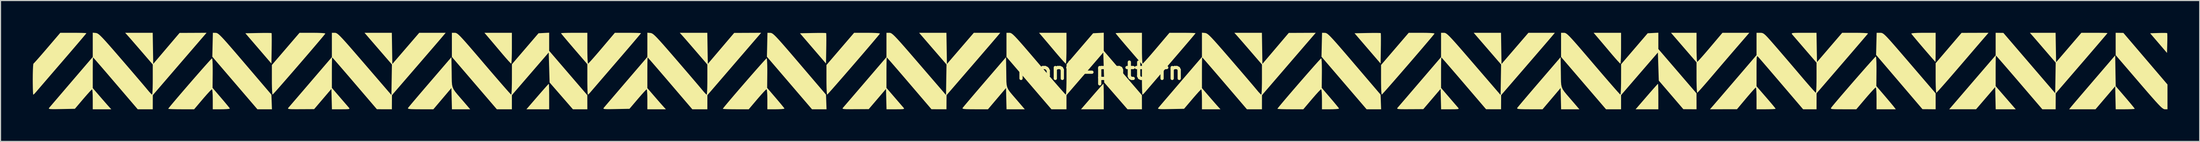
<source format=kicad_pcb>
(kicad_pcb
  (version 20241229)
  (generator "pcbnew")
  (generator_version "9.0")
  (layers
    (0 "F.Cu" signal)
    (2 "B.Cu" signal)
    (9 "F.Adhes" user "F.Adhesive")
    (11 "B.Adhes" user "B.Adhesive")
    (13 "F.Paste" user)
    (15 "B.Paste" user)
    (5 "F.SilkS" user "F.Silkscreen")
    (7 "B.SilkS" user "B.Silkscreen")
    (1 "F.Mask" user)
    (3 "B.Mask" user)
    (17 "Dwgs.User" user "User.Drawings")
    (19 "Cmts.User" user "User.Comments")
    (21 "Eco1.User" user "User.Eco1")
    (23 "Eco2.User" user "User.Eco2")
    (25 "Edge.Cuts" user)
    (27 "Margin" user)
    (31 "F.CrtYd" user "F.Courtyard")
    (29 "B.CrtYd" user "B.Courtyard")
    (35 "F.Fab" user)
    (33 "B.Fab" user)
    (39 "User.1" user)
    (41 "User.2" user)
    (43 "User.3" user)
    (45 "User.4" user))
  (footprint "front-pattern"
    (layer "F.Cu")
    (at 99.399 3.578)
    (property "Reference" "front-pattern" (at 0 0 0) (layer "F.SilkS") (effects (font (size 1.524 1.524) (thickness 0.3))))
    (attr through_hole)
    (fp_poly (pts (xy 99.177 -3.556) (xy 99.341 -3.547) (xy 99.37 -3.54) (xy 99.382 -3.446) (xy 99.388 -3.219) (xy 99.386 -2.895) (xy 99.38 -2.597) (xy 99.356 -1.688) (xy 97.782 -3.525) (xy 98.559 -3.55) (xy 98.903 -3.557)) (stroke (width 0) (type solid)) (fill yes) (layer "F.SilkS"))
    (fp_poly (pts (xy -51.329 1.269) (xy -51.319 1.489) (xy -51.312 1.817) (xy -51.308 2.224) (xy -51.308 2.379) (xy -51.308 3.568) (xy -53.426 3.568) (xy -52.4 2.379) (xy -52.074 2.003) (xy -51.788 1.676) (xy -51.558 1.419) (xy -51.403 1.249) (xy -51.341 1.189)) (stroke (width 0) (type solid)) (fill yes) (layer "F.SilkS"))
    (fp_poly (pts (xy -25.675 -3.553) (xy -25.529 -3.544) (xy -25.513 -3.54) (xy -25.504 -3.448) (xy -25.498 -3.216) (xy -25.496 -2.871) (xy -25.499 -2.443) (xy -25.504 -2.103) (xy -25.527 -0.698) (xy -27.954 -3.525) (xy -26.75 -3.549) (xy -26.317 -3.555) (xy -25.949 -3.556)) (stroke (width 0) (type solid)) (fill yes) (layer "F.SilkS"))
    (fp_poly (pts (xy 0.318 1.269) (xy 0.328 1.489) (xy 0.335 1.817) (xy 0.338 2.224) (xy 0.339 2.379) (xy 0.339 3.568) (xy -1.779 3.568) (xy -0.753 2.379) (xy -0.427 2.003) (xy -0.141 1.676) (xy 0.089 1.419) (xy 0.244 1.249) (xy 0.306 1.189)) (stroke (width 0) (type solid)) (fill yes) (layer "F.SilkS"))
    (fp_poly (pts (xy 25.971 -3.553) (xy 26.118 -3.544) (xy 26.133 -3.54) (xy 26.143 -3.448) (xy 26.149 -3.216) (xy 26.15 -2.871) (xy 26.148 -2.443) (xy 26.143 -2.103) (xy 26.12 -0.698) (xy 23.693 -3.525) (xy 24.897 -3.549) (xy 25.33 -3.555) (xy 25.698 -3.556)) (stroke (width 0) (type solid)) (fill yes) (layer "F.SilkS"))
    (fp_poly (pts (xy 51.964 1.269) (xy 51.974 1.489) (xy 51.981 1.817) (xy 51.985 2.224) (xy 51.985 2.379) (xy 51.985 3.568) (xy 49.868 3.568) (xy 50.894 2.379) (xy 51.219 2.003) (xy 51.506 1.676) (xy 51.735 1.419) (xy 51.89 1.249) (xy 51.953 1.189)) (stroke (width 0) (type solid)) (fill yes) (layer "F.SilkS"))
    (fp_poly (pts (xy -77.322 -3.553) (xy -77.176 -3.544) (xy -77.16 -3.54) (xy -77.15 -3.448) (xy -77.145 -3.216) (xy -77.143 -2.871) (xy -77.146 -2.443) (xy -77.15 -2.103) (xy -77.174 -0.698) (xy -78.387 -2.112) (xy -79.601 -3.525) (xy -78.397 -3.549) (xy -77.964 -3.555) (xy -77.595 -3.556)) (stroke (width 0) (type solid)) (fill yes) (layer "F.SilkS"))
    (fp_poly (pts (xy -54.779 -2.124) (xy -54.783 -1.65) (xy -54.793 -1.243) (xy -54.807 -0.929) (xy -54.826 -0.735) (xy -54.843 -0.685) (xy -54.916 -0.749) (xy -55.078 -0.922) (xy -55.309 -1.181) (xy -55.589 -1.505) (xy -55.795 -1.749) (xy -56.126 -2.141) (xy -56.445 -2.52) (xy -56.725 -2.851) (xy -56.938 -3.102) (xy -57.011 -3.187) (xy -57.337 -3.568) (xy -54.779 -3.568)) (stroke (width 0) (type solid)) (fill yes) (layer "F.SilkS"))
    (fp_poly (pts (xy -3.133 -2.124) (xy -3.136 -1.65) (xy -3.146 -1.243) (xy -3.161 -0.929) (xy -3.179 -0.735) (xy -3.196 -0.685) (xy -3.269 -0.749) (xy -3.431 -0.922) (xy -3.662 -1.181) (xy -3.942 -1.505) (xy -4.149 -1.749) (xy -4.479 -2.141) (xy -4.798 -2.52) (xy -5.079 -2.851) (xy -5.292 -3.102) (xy -5.364 -3.187) (xy -5.69 -3.568) (xy -3.133 -3.568)) (stroke (width 0) (type solid)) (fill yes) (layer "F.SilkS"))
    (fp_poly (pts (xy 48.514 -2.124) (xy 48.51 -1.65) (xy 48.501 -1.243) (xy 48.486 -0.929) (xy 48.467 -0.735) (xy 48.45 -0.685) (xy 48.377 -0.749) (xy 48.215 -0.922) (xy 47.984 -1.181) (xy 47.704 -1.505) (xy 47.498 -1.749) (xy 47.168 -2.141) (xy 46.848 -2.52) (xy 46.568 -2.851) (xy 46.355 -3.102) (xy 46.283 -3.187) (xy 45.956 -3.568) (xy 48.514 -3.568)) (stroke (width 0) (type solid)) (fill yes) (layer "F.SilkS"))
    (fp_poly (pts (xy 94.933 -3.563) (xy 95.292 -3.558) (xy 97.346 -1.151) (xy 99.399 1.255) (xy 99.399 3.568) (xy 99.152 3.568) (xy 99.079 3.556) (xy 98.992 3.513) (xy 98.877 3.428) (xy 98.726 3.288) (xy 98.526 3.082) (xy 98.266 2.799) (xy 97.936 2.426) (xy 97.523 1.953) (xy 97.018 1.367) (xy 96.739 1.042) (xy 94.573 -1.484) (xy 94.573 -3.568)) (stroke (width 0) (type solid)) (fill yes) (layer "F.SilkS"))
    (fp_poly (pts (xy -30.708 -3.562) (xy -30.636 -3.553) (xy -30.556 -3.519) (xy -30.455 -3.452) (xy -30.325 -3.338) (xy -30.154 -3.168) (xy -29.932 -2.93) (xy -29.648 -2.613) (xy -29.292 -2.205) (xy -28.853 -1.697) (xy -28.322 -1.076) (xy -27.982 -0.678) (xy -25.527 2.201) (xy -25.478 3.568) (xy -26.832 3.568) (xy -28.931 1.117) (xy -31.03 -1.334) (xy -31.004 -2.451) (xy -30.979 -3.568)) (stroke (width 0) (type solid)) (fill yes) (layer "F.SilkS"))
    (fp_poly (pts (xy -82.355 -3.562) (xy -82.283 -3.553) (xy -82.202 -3.519) (xy -82.102 -3.452) (xy -81.972 -3.338) (xy -81.8 -3.168) (xy -81.578 -2.93) (xy -81.294 -2.613) (xy -80.939 -2.205) (xy -80.5 -1.697) (xy -79.969 -1.076) (xy -79.629 -0.678) (xy -77.174 2.201) (xy -77.149 2.884) (xy -77.124 3.568) (xy -78.479 3.568) (xy -80.578 1.117) (xy -82.677 -1.334) (xy -82.651 -2.451) (xy -82.625 -3.568)) (stroke (width 0) (type solid)) (fill yes) (layer "F.SilkS"))
    (fp_poly (pts (xy 20.939 -3.562) (xy 21.01 -3.553) (xy 21.091 -3.519) (xy 21.191 -3.452) (xy 21.322 -3.338) (xy 21.493 -3.168) (xy 21.715 -2.93) (xy 21.999 -2.613) (xy 22.355 -2.205) (xy 22.793 -1.697) (xy 23.325 -1.076) (xy 23.664 -0.678) (xy 26.12 2.201) (xy 26.144 2.884) (xy 26.169 3.568) (xy 24.815 3.568) (xy 22.716 1.117) (xy 20.616 -1.334) (xy 20.642 -2.451) (xy 20.668 -3.568)) (stroke (width 0) (type solid)) (fill yes) (layer "F.SilkS"))
    (fp_poly (pts (xy 72.721 -3.565) (xy 72.798 -3.551) (xy 72.884 -3.512) (xy 72.988 -3.439) (xy 73.122 -3.319) (xy 73.297 -3.142) (xy 73.523 -2.897) (xy 73.812 -2.571) (xy 74.175 -2.155) (xy 74.622 -1.636) (xy 75.165 -1.004) (xy 75.388 -0.744) (xy 77.809 2.08) (xy 77.809 3.568) (xy 77.195 3.563) (xy 76.581 3.559) (xy 74.422 1.027) (xy 72.263 -1.504) (xy 72.289 -2.536) (xy 72.315 -3.568) (xy 72.641 -3.568)) (stroke (width 0) (type solid)) (fill yes) (layer "F.SilkS"))
    (fp_poly (pts (xy 77.809 -2.209) (xy 77.807 -1.75) (xy 77.804 -1.358) (xy 77.799 -1.061) (xy 77.792 -0.886) (xy 77.787 -0.853) (xy 77.728 -0.915) (xy 77.576 -1.087) (xy 77.348 -1.349) (xy 77.06 -1.682) (xy 76.729 -2.066) (xy 76.666 -2.14) (xy 76.328 -2.536) (xy 76.029 -2.89) (xy 75.787 -3.18) (xy 75.618 -3.387) (xy 75.54 -3.49) (xy 75.537 -3.496) (xy 75.606 -3.522) (xy 75.814 -3.544) (xy 76.132 -3.56) (xy 76.531 -3.567) (xy 76.659 -3.568) (xy 77.809 -3.568)) (stroke (width 0) (type solid)) (fill yes) (layer "F.SilkS"))
    (fp_poly (pts (xy 82.367 -3.143) (xy 82.227 -2.98) (xy 81.991 -2.706) (xy 81.676 -2.339) (xy 81.296 -1.897) (xy 80.868 -1.396) (xy 80.405 -0.856) (xy 79.968 -0.346) (xy 79.504 0.194) (xy 79.074 0.691) (xy 78.691 1.13) (xy 78.366 1.499) (xy 78.113 1.782) (xy 77.945 1.964) (xy 77.873 2.033) (xy 77.872 2.033) (xy 77.851 1.955) (xy 77.833 1.735) (xy 77.819 1.401) (xy 77.81 0.981) (xy 77.809 0.652) (xy 77.809 -0.735) (xy 80.222 -3.561) (xy 81.478 -3.565) (xy 82.735 -3.568)) (stroke (width 0) (type solid)) (fill yes) (layer "F.SilkS"))
    (fp_poly (pts (xy 94.553 -0.028) (xy 94.577 1.408) (xy 95.464 2.442) (xy 95.763 2.794) (xy 96.02 3.101) (xy 96.214 3.339) (xy 96.328 3.486) (xy 96.351 3.522) (xy 96.272 3.541) (xy 96.059 3.556) (xy 95.746 3.565) (xy 95.464 3.568) (xy 94.578 3.568) (xy 94.53 1.42) (xy 93.614 2.494) (xy 92.698 3.568) (xy 90.242 3.568) (xy 90.397 3.372) (xy 90.487 3.263) (xy 90.673 3.042) (xy 90.943 2.724) (xy 91.283 2.325) (xy 91.679 1.862) (xy 92.117 1.351) (xy 92.541 0.856) (xy 94.53 -1.463)) (stroke (width 0) (type solid)) (fill yes) (layer "F.SilkS"))
    (fp_poly (pts (xy -72.909 -3.563) (xy -72.551 -3.551) (xy -72.291 -3.532) (xy -72.16 -3.508) (xy -72.15 -3.497) (xy -72.213 -3.413) (xy -72.372 -3.218) (xy -72.614 -2.929) (xy -72.925 -2.561) (xy -73.292 -2.13) (xy -73.7 -1.652) (xy -74.137 -1.144) (xy -74.588 -0.62) (xy -75.039 -0.098) (xy -75.478 0.408) (xy -75.89 0.881) (xy -76.261 1.306) (xy -76.578 1.667) (xy -76.827 1.947) (xy -76.995 2.13) (xy -77.067 2.202) (xy -77.068 2.202) (xy -77.089 2.124) (xy -77.107 1.904) (xy -77.121 1.57) (xy -77.13 1.151) (xy -77.131 0.822) (xy -77.131 -0.564) (xy -74.555 -3.568) (xy -73.339 -3.568)) (stroke (width 0) (type solid)) (fill yes) (layer "F.SilkS"))
    (fp_poly (pts (xy 30.384 -3.563) (xy 30.743 -3.551) (xy 31.002 -3.532) (xy 31.133 -3.508) (xy 31.143 -3.497) (xy 31.081 -3.413) (xy 30.922 -3.218) (xy 30.68 -2.929) (xy 30.368 -2.561) (xy 30.002 -2.13) (xy 29.593 -1.652) (xy 29.157 -1.144) (xy 28.706 -0.62) (xy 28.254 -0.098) (xy 27.815 0.408) (xy 27.404 0.881) (xy 27.032 1.306) (xy 26.715 1.667) (xy 26.466 1.947) (xy 26.299 2.13) (xy 26.227 2.202) (xy 26.226 2.202) (xy 26.204 2.124) (xy 26.186 1.904) (xy 26.172 1.57) (xy 26.164 1.151) (xy 26.162 0.822) (xy 26.162 -0.564) (xy 28.738 -3.568) (xy 29.955 -3.568)) (stroke (width 0) (type solid)) (fill yes) (layer "F.SilkS"))
    (fp_poly (pts (xy -60.386 0.129) (xy -60.381 0.622) (xy -60.373 0.994) (xy -60.351 1.276) (xy -60.3 1.504) (xy -60.206 1.712) (xy -60.057 1.932) (xy -59.839 2.199) (xy -59.538 2.548) (xy -59.324 2.796) (xy -58.662 3.568) (xy -60.362 3.568) (xy -60.386 2.576) (xy -60.41 1.585) (xy -61.25 2.576) (xy -62.09 3.568) (xy -63.307 3.568) (xy -63.791 3.565) (xy -64.128 3.556) (xy -64.338 3.539) (xy -64.442 3.51) (xy -64.464 3.469) (xy -64.457 3.453) (xy -64.387 3.364) (xy -64.22 3.162) (xy -63.968 2.862) (xy -63.644 2.479) (xy -63.261 2.029) (xy -62.832 1.527) (xy -62.399 1.023) (xy -60.41 -1.293)) (stroke (width 0) (type solid)) (fill yes) (layer "F.SilkS"))
    (fp_poly (pts (xy -21.263 -3.563) (xy -20.904 -3.551) (xy -20.645 -3.532) (xy -20.513 -3.508) (xy -20.503 -3.497) (xy -20.566 -3.413) (xy -20.725 -3.218) (xy -20.967 -2.929) (xy -21.278 -2.561) (xy -21.645 -2.13) (xy -22.053 -1.652) (xy -22.49 -1.144) (xy -22.941 -0.62) (xy -23.393 -0.098) (xy -23.831 0.408) (xy -24.243 0.881) (xy -24.614 1.306) (xy -24.931 1.667) (xy -25.18 1.947) (xy -25.348 2.13) (xy -25.42 2.202) (xy -25.421 2.202) (xy -25.442 2.124) (xy -25.461 1.904) (xy -25.475 1.57) (xy -25.483 1.151) (xy -25.485 0.822) (xy -25.485 -0.564) (xy -24.197 -2.066) (xy -22.909 -3.568) (xy -21.692 -3.568)) (stroke (width 0) (type solid)) (fill yes) (layer "F.SilkS"))
    (fp_poly (pts (xy -8.74 0.129) (xy -8.734 0.622) (xy -8.727 0.994) (xy -8.704 1.276) (xy -8.653 1.504) (xy -8.56 1.712) (xy -8.411 1.932) (xy -8.192 2.199) (xy -7.891 2.548) (xy -7.677 2.796) (xy -7.015 3.568) (xy -8.715 3.568) (xy -8.739 2.576) (xy -8.763 1.585) (xy -9.603 2.576) (xy -10.443 3.568) (xy -11.66 3.568) (xy -12.145 3.565) (xy -12.481 3.556) (xy -12.691 3.539) (xy -12.796 3.51) (xy -12.817 3.469) (xy -12.81 3.453) (xy -12.741 3.364) (xy -12.574 3.162) (xy -12.321 2.862) (xy -11.997 2.479) (xy -11.614 2.029) (xy -11.185 1.527) (xy -10.753 1.023) (xy -8.763 -1.293)) (stroke (width 0) (type solid)) (fill yes) (layer "F.SilkS"))
    (fp_poly (pts (xy 42.907 0.129) (xy 42.913 0.622) (xy 42.92 0.994) (xy 42.942 1.276) (xy 42.994 1.504) (xy 43.087 1.712) (xy 43.236 1.932) (xy 43.454 2.199) (xy 43.755 2.548) (xy 43.969 2.796) (xy 44.631 3.568) (xy 42.931 3.568) (xy 42.908 2.576) (xy 42.884 1.585) (xy 42.044 2.576) (xy 41.203 3.568) (xy 39.986 3.568) (xy 39.502 3.565) (xy 39.166 3.556) (xy 38.956 3.539) (xy 38.851 3.51) (xy 38.83 3.469) (xy 38.837 3.453) (xy 38.906 3.364) (xy 39.073 3.162) (xy 39.325 2.862) (xy 39.649 2.479) (xy 40.032 2.029) (xy 40.461 1.527) (xy 40.894 1.023) (xy 42.884 -1.293)) (stroke (width 0) (type solid)) (fill yes) (layer "F.SilkS"))
    (fp_poly (pts (xy 55.541 -2.209) (xy 55.545 -1.75) (xy 55.555 -1.358) (xy 55.571 -1.062) (xy 55.591 -0.888) (xy 55.605 -0.854) (xy 55.676 -0.918) (xy 55.839 -1.092) (xy 56.077 -1.359) (xy 56.372 -1.698) (xy 56.707 -2.09) (xy 56.811 -2.213) (xy 57.954 -3.567) (xy 59.206 -3.568) (xy 60.457 -3.568) (xy 59.302 -2.23) (xy 58.866 -1.725) (xy 58.363 -1.139) (xy 57.835 -0.523) (xy 57.325 0.075) (xy 56.907 0.566) (xy 56.548 0.986) (xy 56.224 1.359) (xy 55.952 1.668) (xy 55.747 1.892) (xy 55.628 2.014) (xy 55.605 2.032) (xy 55.584 1.954) (xy 55.566 1.734) (xy 55.552 1.399) (xy 55.543 0.977) (xy 55.541 0.614) (xy 55.541 -0.811) (xy 53.163 -3.568) (xy 55.541 -3.568)) (stroke (width 0) (type solid)) (fill yes) (layer "F.SilkS"))
    (fp_poly (pts (xy -95.187 -3.565) (xy -94.823 -3.559) (xy -94.556 -3.548) (xy -94.417 -3.536) (xy -94.403 -3.53) (xy -94.457 -3.46) (xy -94.61 -3.275) (xy -94.85 -2.989) (xy -95.166 -2.617) (xy -95.546 -2.172) (xy -95.978 -1.667) (xy -96.451 -1.117) (xy -96.626 -0.914) (xy -97.121 -0.34) (xy -97.589 0.204) (xy -98.017 0.701) (xy -98.391 1.136) (xy -98.698 1.494) (xy -98.925 1.758) (xy -99.057 1.914) (xy -99.076 1.936) (xy -99.227 2.105) (xy -99.333 2.201) (xy -99.351 2.209) (xy -99.367 2.128) (xy -99.38 1.906) (xy -99.391 1.569) (xy -99.397 1.144) (xy -99.399 0.772) (xy -99.395 0.296) (xy -99.384 -0.116) (xy -99.369 -0.437) (xy -99.349 -0.638) (xy -99.331 -0.694) (xy -99.259 -0.764) (xy -99.093 -0.945) (xy -98.852 -1.217) (xy -98.551 -1.561) (xy -98.208 -1.96) (xy -98.049 -2.145) (xy -96.834 -3.568) (xy -95.619 -3.568)) (stroke (width 0) (type solid)) (fill yes) (layer "F.SilkS"))
    (fp_poly (pts (xy -51.308 -1.885) (xy -47.755 2.251) (xy -47.752 3.568) (xy -49.097 3.568) (xy -51.266 1.071) (xy -51.308 -0.329) (xy -51.35 -1.729) (xy -53.065 0.259) (xy -54.779 2.248) (xy -54.779 3.568) (xy -56.182 3.568) (xy -60.367 -1.316) (xy -60.367 -3.568) (xy -60.092 -3.568) (xy -60.021 -3.561) (xy -59.943 -3.533) (xy -59.847 -3.473) (xy -59.724 -3.369) (xy -59.562 -3.211) (xy -59.352 -2.987) (xy -59.082 -2.686) (xy -58.743 -2.298) (xy -58.323 -1.81) (xy -57.811 -1.213) (xy -57.362 -0.685) (xy -56.852 -0.088) (xy -56.375 0.467) (xy -55.942 0.968) (xy -55.566 1.402) (xy -55.256 1.755) (xy -55.025 2.014) (xy -54.883 2.166) (xy -54.843 2.203) (xy -54.822 2.125) (xy -54.803 1.904) (xy -54.789 1.569) (xy -54.78 1.147) (xy -54.777 0.786) (xy -54.775 -0.637) (xy -53.537 -2.081) (xy -52.3 -3.525) (xy -51.804 -3.551) (xy -51.308 -3.576)) (stroke (width 0) (type solid)) (fill yes) (layer "F.SilkS"))
    (fp_poly (pts (xy 0.339 -1.885) (xy 3.892 2.251) (xy 3.895 3.568) (xy 2.55 3.568) (xy 1.465 2.319) (xy 0.381 1.071) (xy 0.296 -1.729) (xy -1.418 0.259) (xy -3.133 2.248) (xy -3.133 3.568) (xy -4.535 3.568) (xy -6.628 1.126) (xy -8.721 -1.316) (xy -8.721 -3.568) (xy -8.445 -3.568) (xy -8.374 -3.561) (xy -8.296 -3.533) (xy -8.2 -3.473) (xy -8.077 -3.369) (xy -7.916 -3.211) (xy -7.705 -2.987) (xy -7.436 -2.686) (xy -7.096 -2.298) (xy -6.676 -1.81) (xy -6.165 -1.213) (xy -5.715 -0.685) (xy -5.205 -0.088) (xy -4.728 0.467) (xy -4.296 0.968) (xy -3.919 1.402) (xy -3.609 1.755) (xy -3.378 2.014) (xy -3.237 2.166) (xy -3.196 2.203) (xy -3.175 2.125) (xy -3.157 1.904) (xy -3.142 1.569) (xy -3.133 1.147) (xy -3.13 0.786) (xy -3.128 -0.637) (xy -1.891 -2.081) (xy -0.653 -3.525) (xy -0.157 -3.551) (xy 0.339 -3.576)) (stroke (width 0) (type solid)) (fill yes) (layer "F.SilkS"))
    (fp_poly (pts (xy 51.985 -2.055) (xy 53.762 0.013) (xy 55.538 2.081) (xy 55.54 2.825) (xy 55.541 3.568) (xy 54.928 3.564) (xy 54.314 3.561) (xy 52.028 0.895) (xy 51.985 -0.417) (xy 51.943 -1.729) (xy 50.228 0.259) (xy 48.514 2.248) (xy 48.514 3.568) (xy 47.111 3.568) (xy 42.926 -1.316) (xy 42.926 -3.568) (xy 43.201 -3.568) (xy 43.273 -3.561) (xy 43.351 -3.533) (xy 43.446 -3.473) (xy 43.569 -3.369) (xy 43.731 -3.211) (xy 43.941 -2.987) (xy 44.211 -2.686) (xy 44.551 -2.298) (xy 44.971 -1.81) (xy 45.482 -1.213) (xy 45.932 -0.685) (xy 46.442 -0.088) (xy 46.918 0.467) (xy 47.351 0.968) (xy 47.728 1.402) (xy 48.037 1.755) (xy 48.269 2.014) (xy 48.41 2.166) (xy 48.45 2.203) (xy 48.472 2.125) (xy 48.49 1.904) (xy 48.504 1.569) (xy 48.514 1.147) (xy 48.516 0.786) (xy 48.519 -0.637) (xy 49.756 -2.081) (xy 50.993 -3.525) (xy 51.489 -3.551) (xy 51.985 -3.576)) (stroke (width 0) (type solid)) (fill yes) (layer "F.SilkS"))
    (fp_poly (pts (xy -82.677 -1.109) (xy -82.658 -0.887) (xy -82.645 -0.552) (xy -82.64 -0.131) (xy -82.641 0.191) (xy -82.655 1.572) (xy -81.862 2.5) (xy -81.577 2.836) (xy -81.333 3.128) (xy -81.151 3.351) (xy -81.052 3.479) (xy -81.04 3.498) (xy -81.106 3.528) (xy -81.306 3.551) (xy -81.606 3.565) (xy -81.823 3.568) (xy -82.635 3.568) (xy -82.635 2.633) (xy -82.641 2.258) (xy -82.659 1.955) (xy -82.684 1.757) (xy -82.71 1.699) (xy -82.789 1.76) (xy -82.955 1.929) (xy -83.186 2.183) (xy -83.462 2.498) (xy -83.577 2.633) (xy -84.369 3.568) (xy -85.576 3.568) (xy -86.006 3.565) (xy -86.369 3.557) (xy -86.634 3.545) (xy -86.771 3.53) (xy -86.783 3.524) (xy -86.73 3.446) (xy -86.58 3.259) (xy -86.348 2.98) (xy -86.049 2.626) (xy -85.699 2.215) (xy -85.313 1.765) (xy -84.906 1.293) (xy -84.493 0.816) (xy -84.088 0.352) (xy -83.709 -0.081) (xy -83.368 -0.467) (xy -83.082 -0.787) (xy -82.866 -1.025) (xy -82.734 -1.162) (xy -82.701 -1.189)) (stroke (width 0) (type solid)) (fill yes) (layer "F.SilkS"))
    (fp_poly (pts (xy -31.031 -1.109) (xy -31.012 -0.887) (xy -30.999 -0.552) (xy -30.993 -0.131) (xy -30.994 0.191) (xy -31.008 1.572) (xy -30.215 2.5) (xy -29.93 2.836) (xy -29.686 3.128) (xy -29.505 3.351) (xy -29.405 3.479) (xy -29.393 3.498) (xy -29.459 3.528) (xy -29.66 3.551) (xy -29.959 3.565) (xy -30.177 3.568) (xy -30.988 3.568) (xy -30.988 2.633) (xy -30.994 2.258) (xy -31.012 1.955) (xy -31.038 1.757) (xy -31.064 1.699) (xy -31.143 1.76) (xy -31.309 1.929) (xy -31.54 2.183) (xy -31.815 2.498) (xy -31.931 2.633) (xy -32.722 3.568) (xy -33.929 3.568) (xy -34.36 3.565) (xy -34.722 3.557) (xy -34.987 3.545) (xy -35.124 3.53) (xy -35.137 3.524) (xy -35.083 3.446) (xy -34.933 3.259) (xy -34.701 2.98) (xy -34.403 2.626) (xy -34.053 2.215) (xy -33.667 1.765) (xy -33.259 1.293) (xy -32.846 0.816) (xy -32.442 0.352) (xy -32.062 -0.081) (xy -31.721 -0.467) (xy -31.436 -0.787) (xy -31.219 -1.025) (xy -31.088 -1.162) (xy -31.055 -1.189)) (stroke (width 0) (type solid)) (fill yes) (layer "F.SilkS"))
    (fp_poly (pts (xy 20.616 -1.109) (xy 20.635 -0.887) (xy 20.648 -0.552) (xy 20.653 -0.131) (xy 20.652 0.191) (xy 20.638 1.572) (xy 21.432 2.5) (xy 21.717 2.836) (xy 21.96 3.128) (xy 22.142 3.351) (xy 22.241 3.479) (xy 22.253 3.498) (xy 22.187 3.528) (xy 21.987 3.551) (xy 21.687 3.565) (xy 21.47 3.568) (xy 20.659 3.568) (xy 20.659 2.633) (xy 20.652 2.258) (xy 20.635 1.955) (xy 20.609 1.757) (xy 20.583 1.699) (xy 20.504 1.76) (xy 20.338 1.929) (xy 20.107 2.183) (xy 19.832 2.498) (xy 19.716 2.633) (xy 18.925 3.568) (xy 17.717 3.568) (xy 17.287 3.565) (xy 16.925 3.557) (xy 16.66 3.545) (xy 16.522 3.53) (xy 16.51 3.524) (xy 16.563 3.446) (xy 16.714 3.259) (xy 16.946 2.98) (xy 17.244 2.626) (xy 17.594 2.215) (xy 17.98 1.765) (xy 18.387 1.293) (xy 18.801 0.816) (xy 19.205 0.352) (xy 19.585 -0.081) (xy 19.925 -0.467) (xy 20.211 -0.787) (xy 20.427 -1.025) (xy 20.559 -1.162) (xy 20.592 -1.189)) (stroke (width 0) (type solid)) (fill yes) (layer "F.SilkS"))
    (fp_poly (pts (xy 72.262 -1.279) (xy 72.281 -1.057) (xy 72.295 -0.722) (xy 72.3 -0.301) (xy 72.299 0.021) (xy 72.286 1.402) (xy 73.037 2.28) (xy 73.327 2.622) (xy 73.591 2.935) (xy 73.8 3.187) (xy 73.929 3.346) (xy 73.942 3.363) (xy 74.097 3.568) (xy 72.305 3.568) (xy 72.305 2.548) (xy 72.3 2.155) (xy 72.284 1.832) (xy 72.26 1.612) (xy 72.231 1.529) (xy 72.231 1.529) (xy 72.153 1.591) (xy 71.987 1.76) (xy 71.753 2.016) (xy 71.471 2.336) (xy 71.289 2.548) (xy 70.423 3.568) (xy 69.2 3.568) (xy 68.725 3.567) (xy 68.395 3.561) (xy 68.188 3.549) (xy 68.081 3.525) (xy 68.051 3.487) (xy 68.075 3.433) (xy 68.088 3.413) (xy 68.201 3.269) (xy 68.401 3.026) (xy 68.675 2.701) (xy 69.007 2.311) (xy 69.383 1.874) (xy 69.786 1.406) (xy 70.203 0.925) (xy 70.618 0.449) (xy 71.016 -0.006) (xy 71.383 -0.423) (xy 71.703 -0.783) (xy 71.961 -1.07) (xy 72.142 -1.267) (xy 72.232 -1.356) (xy 72.238 -1.359)) (stroke (width 0) (type solid)) (fill yes) (layer "F.SilkS"))
    (fp_poly (pts (xy -47.752 -2.124) (xy -47.748 -1.65) (xy -47.739 -1.243) (xy -47.724 -0.928) (xy -47.705 -0.734) (xy -47.688 -0.685) (xy -47.618 -0.748) (xy -47.454 -0.923) (xy -47.215 -1.191) (xy -46.917 -1.533) (xy -46.575 -1.931) (xy -46.407 -2.129) (xy -45.19 -3.568) (xy -43.973 -3.568) (xy -43.541 -3.565) (xy -43.177 -3.559) (xy -42.91 -3.548) (xy -42.77 -3.536) (xy -42.757 -3.53) (xy -42.81 -3.46) (xy -42.963 -3.275) (xy -43.203 -2.989) (xy -43.519 -2.617) (xy -43.899 -2.172) (xy -44.332 -1.667) (xy -44.805 -1.117) (xy -44.979 -0.914) (xy -45.474 -0.34) (xy -45.942 0.204) (xy -46.37 0.701) (xy -46.744 1.136) (xy -47.051 1.494) (xy -47.278 1.758) (xy -47.411 1.914) (xy -47.429 1.936) (xy -47.58 2.105) (xy -47.686 2.201) (xy -47.704 2.209) (xy -47.72 2.128) (xy -47.734 1.906) (xy -47.744 1.569) (xy -47.75 1.146) (xy -47.752 0.785) (xy -47.752 -0.638) (xy -48.98 -2.065) (xy -49.335 -2.48) (xy -49.651 -2.851) (xy -49.91 -3.159) (xy -50.097 -3.386) (xy -50.196 -3.511) (xy -50.207 -3.53) (xy -50.128 -3.543) (xy -49.908 -3.555) (xy -49.579 -3.563) (xy -49.17 -3.567) (xy -48.98 -3.568) (xy -47.752 -3.568)) (stroke (width 0) (type solid)) (fill yes) (layer "F.SilkS"))
    (fp_poly (pts (xy 3.895 -2.124) (xy 3.898 -1.65) (xy 3.908 -1.243) (xy 3.923 -0.928) (xy 3.941 -0.734) (xy 3.958 -0.685) (xy 4.029 -0.748) (xy 4.192 -0.923) (xy 4.431 -1.191) (xy 4.73 -1.533) (xy 5.071 -1.931) (xy 5.239 -2.129) (xy 6.457 -3.568) (xy 7.673 -3.568) (xy 8.105 -3.565) (xy 8.47 -3.559) (xy 8.737 -3.548) (xy 8.876 -3.536) (xy 8.89 -3.53) (xy 8.836 -3.46) (xy 8.684 -3.275) (xy 8.443 -2.989) (xy 8.127 -2.617) (xy 7.747 -2.172) (xy 7.315 -1.667) (xy 6.842 -1.117) (xy 6.668 -0.914) (xy 6.172 -0.34) (xy 5.704 0.204) (xy 5.276 0.701) (xy 4.902 1.136) (xy 4.595 1.494) (xy 4.369 1.758) (xy 4.236 1.914) (xy 4.218 1.936) (xy 4.066 2.105) (xy 3.961 2.201) (xy 3.942 2.209) (xy 3.927 2.128) (xy 3.913 1.906) (xy 3.903 1.569) (xy 3.896 1.146) (xy 3.895 0.785) (xy 3.895 -0.638) (xy 2.667 -2.065) (xy 2.311 -2.48) (xy 1.996 -2.851) (xy 1.737 -3.159) (xy 1.55 -3.386) (xy 1.451 -3.511) (xy 1.439 -3.53) (xy 1.519 -3.543) (xy 1.738 -3.555) (xy 2.067 -3.563) (xy 2.476 -3.567) (xy 2.667 -3.568) (xy 3.895 -3.568)) (stroke (width 0) (type solid)) (fill yes) (layer "F.SilkS"))
    (fp_poly (pts (xy 89.027 -0.823) (xy 91.38 -3.568) (xy 92.595 -3.568) (xy 93.027 -3.566) (xy 93.391 -3.561) (xy 93.658 -3.553) (xy 93.797 -3.544) (xy 93.811 -3.539) (xy 93.757 -3.471) (xy 93.604 -3.288) (xy 93.362 -3.003) (xy 93.044 -2.629) (xy 92.659 -2.179) (xy 92.22 -1.667) (xy 91.738 -1.105) (xy 91.401 -0.715) (xy 88.992 2.081) (xy 88.985 3.568) (xy 87.744 3.568) (xy 85.598 1.062) (xy 85.123 0.508) (xy 84.682 -0.004) (xy 84.289 -0.46) (xy 83.955 -0.845) (xy 83.693 -1.146) (xy 83.513 -1.349) (xy 83.429 -1.44) (xy 83.424 -1.444) (xy 83.415 -1.364) (xy 83.407 -1.141) (xy 83.401 -0.805) (xy 83.398 -0.381) (xy 83.397 -0.018) (xy 83.397 1.408) (xy 84.332 2.488) (xy 85.267 3.568) (xy 83.402 3.568) (xy 83.378 2.531) (xy 83.354 1.494) (xy 81.576 3.566) (xy 80.325 3.567) (xy 79.074 3.568) (xy 81.235 1.05) (xy 83.397 -1.467) (xy 83.397 -3.568) (xy 83.757 -3.563) (xy 84.116 -3.559) (xy 86.529 -0.746) (xy 88.942 2.066) (xy 88.966 0.642) (xy 88.989 -0.783) (xy 87.957 -1.984) (xy 87.618 -2.378) (xy 87.307 -2.739) (xy 87.045 -3.043) (xy 86.852 -3.265) (xy 86.754 -3.377) (xy 86.584 -3.568) (xy 88.98 -3.568)) (stroke (width 0) (type solid)) (fill yes) (layer "F.SilkS"))
    (fp_poly (pts (xy -65.913 -0.656) (xy -63.407 -3.568) (xy -60.944 -3.568) (xy -61.284 -3.164) (xy -61.415 -3.01) (xy -61.643 -2.743) (xy -61.953 -2.382) (xy -62.33 -1.944) (xy -62.761 -1.444) (xy -63.229 -0.9) (xy -63.721 -0.329) (xy -63.786 -0.255) (xy -65.948 2.251) (xy -65.952 2.91) (xy -65.955 3.568) (xy -66.654 3.566) (xy -67.352 3.564) (xy -69.42 1.145) (xy -69.886 0.6) (xy -70.317 0.099) (xy -70.701 -0.346) (xy -71.024 -0.72) (xy -71.276 -1.008) (xy -71.443 -1.198) (xy -71.514 -1.273) (xy -71.516 -1.274) (xy -71.525 -1.194) (xy -71.533 -0.971) (xy -71.539 -0.635) (xy -71.542 -0.211) (xy -71.543 0.15) (xy -71.543 1.574) (xy -70.815 2.422) (xy -70.531 2.753) (xy -70.277 3.047) (xy -70.079 3.276) (xy -69.963 3.41) (xy -69.955 3.419) (xy -69.906 3.486) (xy -69.919 3.529) (xy -70.018 3.554) (xy -70.231 3.565) (xy -70.581 3.568) (xy -70.681 3.568) (xy -71.538 3.568) (xy -71.562 2.618) (xy -71.586 1.668) (xy -72.39 2.612) (xy -73.194 3.555) (xy -74.456 3.562) (xy -74.941 3.563) (xy -75.278 3.56) (xy -75.491 3.548) (xy -75.602 3.527) (xy -75.632 3.492) (xy -75.606 3.441) (xy -75.588 3.419) (xy -75.503 3.322) (xy -75.322 3.111) (xy -75.058 2.803) (xy -74.724 2.414) (xy -74.333 1.958) (xy -73.9 1.453) (xy -73.5 0.986) (xy -71.543 -1.298) (xy -71.543 -3.568) (xy -71.268 -3.568) (xy -71.197 -3.561) (xy -71.118 -3.533) (xy -71.022 -3.472) (xy -70.898 -3.368) (xy -70.735 -3.21) (xy -70.523 -2.987) (xy -70.251 -2.687) (xy -69.909 -2.3) (xy -69.487 -1.814) (xy -68.973 -1.219) (xy -68.495 -0.665) (xy -65.998 2.237) (xy -65.951 -0.611) (xy -67.228 -2.089) (xy -68.504 -3.568) (xy -65.959 -3.568)) (stroke (width 0) (type solid)) (fill yes) (layer "F.SilkS"))
    (fp_poly (pts (xy 37.38 -0.656) (xy 39.886 -3.568) (xy 42.349 -3.568) (xy 42.01 -3.164) (xy 41.878 -3.01) (xy 41.65 -2.743) (xy 41.34 -2.382) (xy 40.963 -1.944) (xy 40.533 -1.444) (xy 40.064 -0.9) (xy 39.572 -0.329) (xy 39.508 -0.255) (xy 37.345 2.251) (xy 37.342 2.91) (xy 37.338 3.568) (xy 36.639 3.566) (xy 35.941 3.564) (xy 33.873 1.145) (xy 33.407 0.6) (xy 32.976 0.099) (xy 32.593 -0.346) (xy 32.269 -0.72) (xy 32.017 -1.008) (xy 31.85 -1.198) (xy 31.779 -1.273) (xy 31.778 -1.274) (xy 31.769 -1.194) (xy 31.761 -0.971) (xy 31.755 -0.635) (xy 31.751 -0.211) (xy 31.75 0.15) (xy 31.75 1.574) (xy 32.479 2.422) (xy 32.763 2.753) (xy 33.016 3.047) (xy 33.214 3.276) (xy 33.33 3.41) (xy 33.338 3.419) (xy 33.387 3.486) (xy 33.375 3.529) (xy 33.275 3.554) (xy 33.062 3.565) (xy 32.712 3.568) (xy 32.613 3.568) (xy 31.756 3.568) (xy 31.732 2.618) (xy 31.708 1.668) (xy 30.903 2.612) (xy 30.099 3.555) (xy 28.837 3.562) (xy 28.353 3.563) (xy 28.015 3.56) (xy 27.802 3.548) (xy 27.692 3.527) (xy 27.661 3.492) (xy 27.687 3.441) (xy 27.706 3.419) (xy 27.79 3.322) (xy 27.971 3.111) (xy 28.236 2.803) (xy 28.57 2.414) (xy 28.96 1.958) (xy 29.393 1.453) (xy 29.793 0.986) (xy 31.75 -1.298) (xy 31.75 -3.568) (xy 32.025 -3.568) (xy 32.096 -3.561) (xy 32.175 -3.533) (xy 32.271 -3.472) (xy 32.395 -3.368) (xy 32.558 -3.21) (xy 32.77 -2.987) (xy 33.042 -2.687) (xy 33.384 -2.3) (xy 33.807 -1.814) (xy 34.321 -1.219) (xy 34.798 -0.665) (xy 37.296 2.237) (xy 37.319 0.813) (xy 37.342 -0.611) (xy 34.789 -3.568) (xy 37.334 -3.568)) (stroke (width 0) (type solid)) (fill yes) (layer "F.SilkS"))
    (fp_poly (pts (xy -14.266 -0.656) (xy -11.761 -3.568) (xy -9.298 -3.568) (xy -9.637 -3.164) (xy -9.769 -3.01) (xy -9.997 -2.743) (xy -10.306 -2.382) (xy -10.684 -1.944) (xy -11.114 -1.444) (xy -11.582 -0.9) (xy -12.075 -0.329) (xy -12.139 -0.255) (xy -14.301 2.251) (xy -14.305 2.91) (xy -14.309 3.568) (xy -15.007 3.566) (xy -15.706 3.564) (xy -17.774 1.145) (xy -18.24 0.6) (xy -18.671 0.099) (xy -19.054 -0.346) (xy -19.378 -0.72) (xy -19.629 -1.008) (xy -19.797 -1.198) (xy -19.868 -1.273) (xy -19.869 -1.274) (xy -19.878 -1.194) (xy -19.886 -0.971) (xy -19.892 -0.635) (xy -19.896 -0.211) (xy -19.897 0.15) (xy -19.897 1.574) (xy -19.168 2.422) (xy -18.884 2.753) (xy -18.63 3.047) (xy -18.433 3.276) (xy -18.316 3.41) (xy -18.308 3.419) (xy -18.259 3.486) (xy -18.272 3.529) (xy -18.372 3.554) (xy -18.584 3.565) (xy -18.935 3.568) (xy -19.034 3.568) (xy -19.891 3.568) (xy -19.915 2.618) (xy -19.939 1.668) (xy -20.743 2.612) (xy -21.548 3.555) (xy -22.81 3.562) (xy -23.294 3.563) (xy -23.631 3.56) (xy -23.844 3.548) (xy -23.955 3.527) (xy -23.986 3.492) (xy -23.959 3.441) (xy -23.941 3.419) (xy -23.857 3.322) (xy -23.675 3.111) (xy -23.411 2.803) (xy -23.077 2.414) (xy -22.686 1.958) (xy -22.253 1.453) (xy -21.853 0.986) (xy -19.897 -1.298) (xy -19.897 -3.568) (xy -19.622 -3.568) (xy -19.55 -3.561) (xy -19.472 -3.533) (xy -19.376 -3.472) (xy -19.252 -3.368) (xy -19.089 -3.21) (xy -18.877 -2.987) (xy -18.605 -2.687) (xy -18.263 -2.3) (xy -17.84 -1.814) (xy -17.326 -1.219) (xy -16.849 -0.665) (xy -14.351 2.237) (xy -14.328 0.813) (xy -14.304 -0.611) (xy -15.581 -2.089) (xy -16.857 -3.568) (xy -14.313 -3.568)) (stroke (width 0) (type solid)) (fill yes) (layer "F.SilkS"))
    (fp_poly (pts (xy -41.878 -3.552) (xy -41.795 -3.535) (xy -41.702 -3.493) (xy -41.589 -3.413) (xy -41.442 -3.282) (xy -41.251 -3.089) (xy -41.003 -2.821) (xy -40.685 -2.466) (xy -40.288 -2.012) (xy -39.797 -1.446) (xy -39.539 -1.147) (xy -39.054 -0.583) (xy -38.588 -0.041) (xy -38.156 0.463) (xy -37.775 0.91) (xy -37.459 1.281) (xy -37.225 1.559) (xy -37.095 1.715) (xy -36.896 1.951) (xy -36.736 2.125) (xy -36.644 2.203) (xy -36.639 2.204) (xy -36.618 2.125) (xy -36.6 1.905) (xy -36.586 1.569) (xy -36.578 1.148) (xy -36.576 0.8) (xy -36.576 -0.609) (xy -37.649 -1.855) (xy -37.997 -2.259) (xy -38.322 -2.634) (xy -38.6 -2.955) (xy -38.812 -3.196) (xy -38.934 -3.334) (xy -38.934 -3.334) (xy -39.148 -3.568) (xy -36.58 -3.568) (xy -36.534 -0.665) (xy -35.306 -2.111) (xy -34.078 -3.557) (xy -32.821 -3.562) (xy -31.564 -3.568) (xy -31.985 -3.079) (xy -32.138 -2.902) (xy -32.386 -2.615) (xy -32.713 -2.235) (xy -33.104 -1.78) (xy -33.544 -1.27) (xy -34.016 -0.721) (xy -34.49 -0.17) (xy -36.573 2.251) (xy -36.576 3.568) (xy -37.977 3.568) (xy -40.046 1.147) (xy -40.512 0.602) (xy -40.943 0.1) (xy -41.326 -0.345) (xy -41.649 -0.719) (xy -41.9 -1.008) (xy -42.067 -1.197) (xy -42.138 -1.273) (xy -42.139 -1.274) (xy -42.147 -1.194) (xy -42.154 -0.971) (xy -42.16 -0.634) (xy -42.163 -0.21) (xy -42.164 0.16) (xy -42.164 1.594) (xy -41.516 2.347) (xy -41.236 2.671) (xy -40.975 2.971) (xy -40.765 3.209) (xy -40.653 3.334) (xy -40.439 3.568) (xy -42.164 3.568) (xy -42.164 2.633) (xy -42.169 2.259) (xy -42.184 1.957) (xy -42.205 1.763) (xy -42.227 1.707) (xy -42.302 1.771) (xy -42.465 1.941) (xy -42.693 2.195) (xy -42.964 2.508) (xy -43.06 2.62) (xy -43.829 3.525) (xy -45.083 3.549) (xy -45.566 3.557) (xy -45.902 3.558) (xy -46.114 3.549) (xy -46.224 3.529) (xy -46.256 3.494) (xy -46.231 3.443) (xy -46.219 3.428) (xy -46.138 3.332) (xy -45.96 3.122) (xy -45.698 2.815) (xy -45.366 2.427) (xy -44.977 1.972) (xy -44.544 1.466) (xy -44.133 0.985) (xy -42.164 -1.313) (xy -42.164 -3.578)) (stroke (width 0) (type solid)) (fill yes) (layer "F.SilkS"))
    (fp_poly (pts (xy -93.524 -3.552) (xy -93.441 -3.535) (xy -93.349 -3.493) (xy -93.236 -3.413) (xy -93.089 -3.282) (xy -92.898 -3.089) (xy -92.649 -2.821) (xy -92.332 -2.466) (xy -91.934 -2.012) (xy -91.444 -1.446) (xy -91.186 -1.147) (xy -90.7 -0.583) (xy -90.234 -0.041) (xy -89.803 0.463) (xy -89.421 0.91) (xy -89.106 1.281) (xy -88.871 1.559) (xy -88.742 1.715) (xy -88.543 1.951) (xy -88.382 2.125) (xy -88.291 2.203) (xy -88.286 2.204) (xy -88.265 2.125) (xy -88.247 1.905) (xy -88.233 1.569) (xy -88.225 1.148) (xy -88.223 0.8) (xy -88.223 -0.609) (xy -89.295 -1.855) (xy -89.644 -2.259) (xy -89.969 -2.634) (xy -90.247 -2.955) (xy -90.458 -3.196) (xy -90.581 -3.334) (xy -90.581 -3.334) (xy -90.794 -3.568) (xy -88.227 -3.568) (xy -88.18 -0.665) (xy -86.953 -2.111) (xy -85.725 -3.557) (xy -84.468 -3.562) (xy -83.211 -3.568) (xy -83.632 -3.079) (xy -83.785 -2.902) (xy -84.032 -2.615) (xy -84.359 -2.235) (xy -84.751 -1.78) (xy -85.19 -1.27) (xy -85.663 -0.721) (xy -86.137 -0.17) (xy -88.219 2.251) (xy -88.221 2.91) (xy -88.223 3.568) (xy -89.624 3.568) (xy -91.693 1.147) (xy -92.159 0.602) (xy -92.589 0.1) (xy -92.972 -0.345) (xy -93.296 -0.719) (xy -93.547 -1.008) (xy -93.714 -1.197) (xy -93.785 -1.273) (xy -93.786 -1.274) (xy -93.794 -1.194) (xy -93.801 -0.971) (xy -93.807 -0.634) (xy -93.81 -0.21) (xy -93.811 0.16) (xy -93.811 1.594) (xy -93.162 2.347) (xy -92.882 2.671) (xy -92.621 2.971) (xy -92.412 3.209) (xy -92.3 3.334) (xy -92.086 3.568) (xy -93.811 3.568) (xy -93.811 2.633) (xy -93.816 2.259) (xy -93.831 1.957) (xy -93.852 1.763) (xy -93.874 1.707) (xy -93.949 1.771) (xy -94.111 1.941) (xy -94.339 2.195) (xy -94.611 2.508) (xy -94.707 2.62) (xy -95.476 3.525) (xy -96.73 3.549) (xy -97.213 3.557) (xy -97.549 3.558) (xy -97.761 3.549) (xy -97.871 3.529) (xy -97.903 3.494) (xy -97.877 3.443) (xy -97.866 3.428) (xy -97.785 3.332) (xy -97.606 3.122) (xy -97.344 2.815) (xy -97.012 2.427) (xy -96.623 1.972) (xy -96.191 1.466) (xy -95.779 0.985) (xy -93.811 -1.313) (xy -93.811 -3.578)) (stroke (width 0) (type solid)) (fill yes) (layer "F.SilkS"))
    (fp_poly (pts (xy 9.769 -3.552) (xy 9.852 -3.535) (xy 9.944 -3.493) (xy 10.058 -3.413) (xy 10.204 -3.282) (xy 10.396 -3.089) (xy 10.644 -2.821) (xy 10.961 -2.466) (xy 11.359 -2.012) (xy 11.849 -1.446) (xy 12.108 -1.147) (xy 12.593 -0.583) (xy 13.059 -0.041) (xy 13.491 0.463) (xy 13.872 0.91) (xy 14.188 1.281) (xy 14.422 1.559) (xy 14.552 1.715) (xy 14.75 1.951) (xy 14.911 2.125) (xy 15.002 2.203) (xy 15.007 2.204) (xy 15.028 2.125) (xy 15.046 1.905) (xy 15.06 1.569) (xy 15.069 1.148) (xy 15.071 0.8) (xy 15.071 -0.609) (xy 13.998 -1.855) (xy 13.649 -2.259) (xy 13.325 -2.634) (xy 13.046 -2.955) (xy 12.835 -3.196) (xy 12.712 -3.334) (xy 12.712 -3.334) (xy 12.499 -3.568) (xy 15.067 -3.568) (xy 15.113 -0.665) (xy 16.341 -2.111) (xy 17.568 -3.557) (xy 18.826 -3.562) (xy 20.083 -3.568) (xy 19.661 -3.079) (xy 19.509 -2.902) (xy 19.261 -2.615) (xy 18.934 -2.235) (xy 18.543 -1.78) (xy 18.103 -1.27) (xy 17.631 -0.721) (xy 17.157 -0.17) (xy 15.074 2.251) (xy 15.072 2.91) (xy 15.071 3.568) (xy 13.67 3.568) (xy 11.601 1.147) (xy 11.135 0.602) (xy 10.704 0.1) (xy 10.321 -0.345) (xy 9.998 -0.719) (xy 9.746 -1.008) (xy 9.579 -1.197) (xy 9.509 -1.273) (xy 9.507 -1.274) (xy 9.499 -1.194) (xy 9.492 -0.971) (xy 9.487 -0.634) (xy 9.484 -0.21) (xy 9.483 0.16) (xy 9.483 1.594) (xy 10.131 2.347) (xy 10.411 2.671) (xy 10.672 2.971) (xy 10.881 3.209) (xy 10.994 3.334) (xy 11.208 3.568) (xy 9.483 3.568) (xy 9.483 2.633) (xy 9.477 2.259) (xy 9.463 1.957) (xy 9.441 1.763) (xy 9.419 1.707) (xy 9.344 1.771) (xy 9.182 1.941) (xy 8.954 2.195) (xy 8.682 2.508) (xy 8.587 2.62) (xy 7.818 3.525) (xy 6.564 3.549) (xy 6.081 3.557) (xy 5.745 3.558) (xy 5.533 3.549) (xy 5.422 3.529) (xy 5.391 3.494) (xy 5.416 3.443) (xy 5.428 3.428) (xy 5.509 3.332) (xy 5.687 3.122) (xy 5.949 2.815) (xy 6.281 2.427) (xy 6.67 1.972) (xy 7.103 1.466) (xy 7.514 0.985) (xy 9.483 -1.313) (xy 9.483 -3.578)) (stroke (width 0) (type solid)) (fill yes) (layer "F.SilkS"))
    (fp_poly (pts (xy 61.591 -3.563) (xy 61.703 -3.536) (xy 61.821 -3.469) (xy 61.966 -3.345) (xy 62.16 -3.145) (xy 62.422 -2.853) (xy 62.774 -2.45) (xy 62.781 -2.442) (xy 63.128 -2.042) (xy 63.552 -1.548) (xy 64.024 -0.998) (xy 64.511 -0.428) (xy 64.982 0.126) (xy 65.175 0.354) (xy 65.559 0.805) (xy 65.909 1.211) (xy 66.208 1.553) (xy 66.443 1.816) (xy 66.597 1.981) (xy 66.654 2.032) (xy 66.675 1.954) (xy 66.693 1.734) (xy 66.707 1.399) (xy 66.715 0.978) (xy 66.717 0.63) (xy 66.717 -0.779) (xy 65.644 -2.025) (xy 65.303 -2.422) (xy 64.993 -2.782) (xy 64.734 -3.083) (xy 64.546 -3.302) (xy 64.448 -3.417) (xy 64.446 -3.419) (xy 64.406 -3.478) (xy 64.417 -3.518) (xy 64.502 -3.545) (xy 64.684 -3.56) (xy 64.985 -3.566) (xy 65.429 -3.568) (xy 65.517 -3.568) (xy 66.713 -3.568) (xy 66.736 -2.202) (xy 66.76 -0.835) (xy 67.931 -2.202) (xy 69.103 -3.568) (xy 70.328 -3.568) (xy 70.758 -3.564) (xy 71.116 -3.552) (xy 71.374 -3.535) (xy 71.504 -3.514) (xy 71.513 -3.504) (xy 71.451 -3.428) (xy 71.29 -3.238) (xy 71.041 -2.945) (xy 70.716 -2.565) (xy 70.326 -2.11) (xy 69.884 -1.595) (xy 69.4 -1.032) (xy 69.097 -0.68) (xy 66.721 2.081) (xy 66.719 2.825) (xy 66.717 3.568) (xy 65.467 3.568) (xy 63.455 1.211) (xy 62.989 0.665) (xy 62.552 0.154) (xy 62.159 -0.305) (xy 61.822 -0.697) (xy 61.555 -1.007) (xy 61.371 -1.218) (xy 61.286 -1.314) (xy 61.229 -1.369) (xy 61.188 -1.379) (xy 61.16 -1.324) (xy 61.143 -1.182) (xy 61.134 -0.933) (xy 61.13 -0.556) (xy 61.129 -0.03) (xy 61.129 1.422) (xy 62.018 2.448) (xy 62.319 2.798) (xy 62.577 3.102) (xy 62.772 3.339) (xy 62.886 3.485) (xy 62.907 3.52) (xy 62.829 3.54) (xy 62.615 3.556) (xy 62.303 3.565) (xy 62.018 3.568) (xy 61.129 3.568) (xy 61.129 2.548) (xy 61.124 2.156) (xy 61.111 1.834) (xy 61.091 1.617) (xy 61.067 1.535) (xy 61.066 1.535) (xy 60.992 1.599) (xy 60.831 1.772) (xy 60.602 2.03) (xy 60.325 2.352) (xy 60.156 2.552) (xy 59.309 3.563) (xy 58.052 3.565) (xy 56.795 3.568) (xy 57.247 3.044) (xy 57.418 2.845) (xy 57.681 2.54) (xy 58.018 2.147) (xy 58.41 1.69) (xy 58.839 1.19) (xy 59.286 0.668) (xy 59.415 0.518) (xy 61.129 -1.485) (xy 61.129 -3.568) (xy 61.466 -3.568)) (stroke (width 0) (type solid)) (fill yes) (layer "F.SilkS")))
  (gr_rect
    (start -3 -3)
    (end 201.797 10.146)
    (stroke (width 0.1) (type default))
    (fill no)
    (layer "Edge.Cuts")))
</source>
